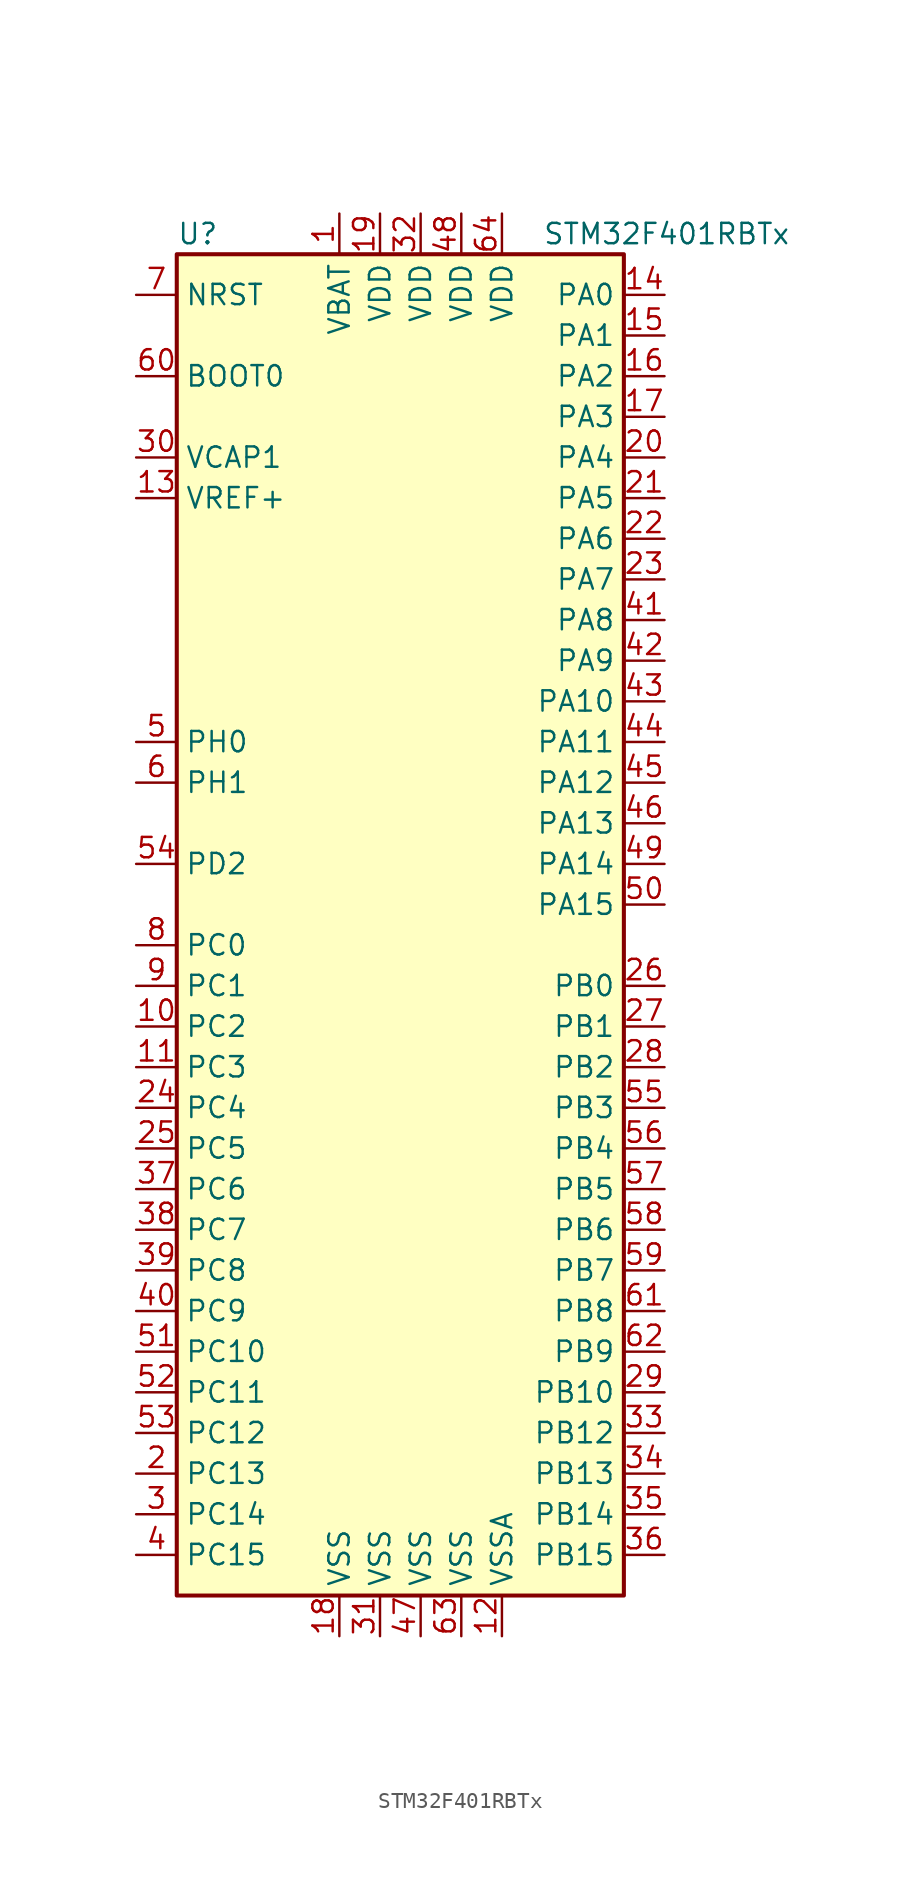
<source format=kicad_sym>
(kicad_symbol_lib
  (version 20201005)
  (generator kicad_symbol_editor)
  (symbol "STM32F401RBTx"
    (property "Reference" "U"
      (at -15.24 41.91 0)
      (effects (font (size 1.27 1.27)) (justify left)))
    (property "Value" "STM32F401RBTx"
      (at 7.62 41.91 0)
      (effects (font (size 1.27 1.27)) (justify left)))
    (symbol "STM32F401RBTx_0_1"
      (rectangle (start -15.24 -43.18) (end 12.7 40.64) (stroke (width 0.254)) (fill (type background))))
    (symbol "STM32F401RBTx_1_1"
      (pin power_in line (at -5.08 43.18 270) (length 2.54) (name "VBAT" (effects (font (size 1.27 1.27)))) (number "1" (effects (font (size 1.27 1.27)))))
      (pin bidirectional line (at -17.78 -7.62 0) (length 2.54) (name "PC2" (effects (font (size 1.27 1.27)))) (number "10" (effects (font (size 1.27 1.27)))))
      (pin bidirectional line (at -17.78 -10.16 0) (length 2.54) (name "PC3" (effects (font (size 1.27 1.27)))) (number "11" (effects (font (size 1.27 1.27)))))
      (pin power_in line (at 5.08 -45.72 90) (length 2.54) (name "VSSA" (effects (font (size 1.27 1.27)))) (number "12" (effects (font (size 1.27 1.27)))))
      (pin power_in line (at -17.78 25.4 0) (length 2.54) (name "VREF+" (effects (font (size 1.27 1.27)))) (number "13" (effects (font (size 1.27 1.27)))))
      (pin bidirectional line (at 15.24 38.1 180) (length 2.54) (name "PA0" (effects (font (size 1.27 1.27)))) (number "14" (effects (font (size 1.27 1.27)))))
      (pin bidirectional line (at 15.24 35.56 180) (length 2.54) (name "PA1" (effects (font (size 1.27 1.27)))) (number "15" (effects (font (size 1.27 1.27)))))
      (pin bidirectional line (at 15.24 33.02 180) (length 2.54) (name "PA2" (effects (font (size 1.27 1.27)))) (number "16" (effects (font (size 1.27 1.27)))))
      (pin bidirectional line (at 15.24 30.48 180) (length 2.54) (name "PA3" (effects (font (size 1.27 1.27)))) (number "17" (effects (font (size 1.27 1.27)))))
      (pin power_in line (at -5.08 -45.72 90) (length 2.54) (name "VSS" (effects (font (size 1.27 1.27)))) (number "18" (effects (font (size 1.27 1.27)))))
      (pin power_in line (at -2.54 43.18 270) (length 2.54) (name "VDD" (effects (font (size 1.27 1.27)))) (number "19" (effects (font (size 1.27 1.27)))))
      (pin bidirectional line (at -17.78 -35.56 0) (length 2.54) (name "PC13" (effects (font (size 1.27 1.27)))) (number "2" (effects (font (size 1.27 1.27)))))
      (pin bidirectional line (at 15.24 27.94 180) (length 2.54) (name "PA4" (effects (font (size 1.27 1.27)))) (number "20" (effects (font (size 1.27 1.27)))))
      (pin bidirectional line (at 15.24 25.4 180) (length 2.54) (name "PA5" (effects (font (size 1.27 1.27)))) (number "21" (effects (font (size 1.27 1.27)))))
      (pin bidirectional line (at 15.24 22.86 180) (length 2.54) (name "PA6" (effects (font (size 1.27 1.27)))) (number "22" (effects (font (size 1.27 1.27)))))
      (pin bidirectional line (at 15.24 20.32 180) (length 2.54) (name "PA7" (effects (font (size 1.27 1.27)))) (number "23" (effects (font (size 1.27 1.27)))))
      (pin bidirectional line (at -17.78 -12.7 0) (length 2.54) (name "PC4" (effects (font (size 1.27 1.27)))) (number "24" (effects (font (size 1.27 1.27)))))
      (pin bidirectional line (at -17.78 -15.24 0) (length 2.54) (name "PC5" (effects (font (size 1.27 1.27)))) (number "25" (effects (font (size 1.27 1.27)))))
      (pin bidirectional line (at 15.24 -5.08 180) (length 2.54) (name "PB0" (effects (font (size 1.27 1.27)))) (number "26" (effects (font (size 1.27 1.27)))))
      (pin bidirectional line (at 15.24 -7.62 180) (length 2.54) (name "PB1" (effects (font (size 1.27 1.27)))) (number "27" (effects (font (size 1.27 1.27)))))
      (pin bidirectional line (at 15.24 -10.16 180) (length 2.54) (name "PB2" (effects (font (size 1.27 1.27)))) (number "28" (effects (font (size 1.27 1.27)))))
      (pin bidirectional line (at 15.24 -30.48 180) (length 2.54) (name "PB10" (effects (font (size 1.27 1.27)))) (number "29" (effects (font (size 1.27 1.27)))))
      (pin bidirectional line (at -17.78 -38.1 0) (length 2.54) (name "PC14" (effects (font (size 1.27 1.27)))) (number "3" (effects (font (size 1.27 1.27)))))
      (pin power_in line (at -17.78 27.94 0) (length 2.54) (name "VCAP1" (effects (font (size 1.27 1.27)))) (number "30" (effects (font (size 1.27 1.27)))))
      (pin power_in line (at -2.54 -45.72 90) (length 2.54) (name "VSS" (effects (font (size 1.27 1.27)))) (number "31" (effects (font (size 1.27 1.27)))))
      (pin power_in line (at 0 43.18 270) (length 2.54) (name "VDD" (effects (font (size 1.27 1.27)))) (number "32" (effects (font (size 1.27 1.27)))))
      (pin bidirectional line (at 15.24 -33.02 180) (length 2.54) (name "PB12" (effects (font (size 1.27 1.27)))) (number "33" (effects (font (size 1.27 1.27)))))
      (pin bidirectional line (at 15.24 -35.56 180) (length 2.54) (name "PB13" (effects (font (size 1.27 1.27)))) (number "34" (effects (font (size 1.27 1.27)))))
      (pin bidirectional line (at 15.24 -38.1 180) (length 2.54) (name "PB14" (effects (font (size 1.27 1.27)))) (number "35" (effects (font (size 1.27 1.27)))))
      (pin bidirectional line (at 15.24 -40.64 180) (length 2.54) (name "PB15" (effects (font (size 1.27 1.27)))) (number "36" (effects (font (size 1.27 1.27)))))
      (pin bidirectional line (at -17.78 -17.78 0) (length 2.54) (name "PC6" (effects (font (size 1.27 1.27)))) (number "37" (effects (font (size 1.27 1.27)))))
      (pin bidirectional line (at -17.78 -20.32 0) (length 2.54) (name "PC7" (effects (font (size 1.27 1.27)))) (number "38" (effects (font (size 1.27 1.27)))))
      (pin bidirectional line (at -17.78 -22.86 0) (length 2.54) (name "PC8" (effects (font (size 1.27 1.27)))) (number "39" (effects (font (size 1.27 1.27)))))
      (pin bidirectional line (at -17.78 -40.64 0) (length 2.54) (name "PC15" (effects (font (size 1.27 1.27)))) (number "4" (effects (font (size 1.27 1.27)))))
      (pin bidirectional line (at -17.78 -25.4 0) (length 2.54) (name "PC9" (effects (font (size 1.27 1.27)))) (number "40" (effects (font (size 1.27 1.27)))))
      (pin bidirectional line (at 15.24 17.78 180) (length 2.54) (name "PA8" (effects (font (size 1.27 1.27)))) (number "41" (effects (font (size 1.27 1.27)))))
      (pin bidirectional line (at 15.24 15.24 180) (length 2.54) (name "PA9" (effects (font (size 1.27 1.27)))) (number "42" (effects (font (size 1.27 1.27)))))
      (pin bidirectional line (at 15.24 12.7 180) (length 2.54) (name "PA10" (effects (font (size 1.27 1.27)))) (number "43" (effects (font (size 1.27 1.27)))))
      (pin bidirectional line (at 15.24 10.16 180) (length 2.54) (name "PA11" (effects (font (size 1.27 1.27)))) (number "44" (effects (font (size 1.27 1.27)))))
      (pin bidirectional line (at 15.24 7.62 180) (length 2.54) (name "PA12" (effects (font (size 1.27 1.27)))) (number "45" (effects (font (size 1.27 1.27)))))
      (pin bidirectional line (at 15.24 5.08 180) (length 2.54) (name "PA13" (effects (font (size 1.27 1.27)))) (number "46" (effects (font (size 1.27 1.27)))))
      (pin power_in line (at 0 -45.72 90) (length 2.54) (name "VSS" (effects (font (size 1.27 1.27)))) (number "47" (effects (font (size 1.27 1.27)))))
      (pin power_in line (at 2.54 43.18 270) (length 2.54) (name "VDD" (effects (font (size 1.27 1.27)))) (number "48" (effects (font (size 1.27 1.27)))))
      (pin bidirectional line (at 15.24 2.54 180) (length 2.54) (name "PA14" (effects (font (size 1.27 1.27)))) (number "49" (effects (font (size 1.27 1.27)))))
      (pin input line (at -17.78 10.16 0) (length 2.54) (name "PH0" (effects (font (size 1.27 1.27)))) (number "5" (effects (font (size 1.27 1.27)))))
      (pin bidirectional line (at 15.24 0 180) (length 2.54) (name "PA15" (effects (font (size 1.27 1.27)))) (number "50" (effects (font (size 1.27 1.27)))))
      (pin bidirectional line (at -17.78 -27.94 0) (length 2.54) (name "PC10" (effects (font (size 1.27 1.27)))) (number "51" (effects (font (size 1.27 1.27)))))
      (pin bidirectional line (at -17.78 -30.48 0) (length 2.54) (name "PC11" (effects (font (size 1.27 1.27)))) (number "52" (effects (font (size 1.27 1.27)))))
      (pin bidirectional line (at -17.78 -33.02 0) (length 2.54) (name "PC12" (effects (font (size 1.27 1.27)))) (number "53" (effects (font (size 1.27 1.27)))))
      (pin bidirectional line (at -17.78 2.54 0) (length 2.54) (name "PD2" (effects (font (size 1.27 1.27)))) (number "54" (effects (font (size 1.27 1.27)))))
      (pin bidirectional line (at 15.24 -12.7 180) (length 2.54) (name "PB3" (effects (font (size 1.27 1.27)))) (number "55" (effects (font (size 1.27 1.27)))))
      (pin bidirectional line (at 15.24 -15.24 180) (length 2.54) (name "PB4" (effects (font (size 1.27 1.27)))) (number "56" (effects (font (size 1.27 1.27)))))
      (pin bidirectional line (at 15.24 -17.78 180) (length 2.54) (name "PB5" (effects (font (size 1.27 1.27)))) (number "57" (effects (font (size 1.27 1.27)))))
      (pin bidirectional line (at 15.24 -20.32 180) (length 2.54) (name "PB6" (effects (font (size 1.27 1.27)))) (number "58" (effects (font (size 1.27 1.27)))))
      (pin bidirectional line (at 15.24 -22.86 180) (length 2.54) (name "PB7" (effects (font (size 1.27 1.27)))) (number "59" (effects (font (size 1.27 1.27)))))
      (pin input line (at -17.78 7.62 0) (length 2.54) (name "PH1" (effects (font (size 1.27 1.27)))) (number "6" (effects (font (size 1.27 1.27)))))
      (pin input line (at -17.78 33.02 0) (length 2.54) (name "BOOT0" (effects (font (size 1.27 1.27)))) (number "60" (effects (font (size 1.27 1.27)))))
      (pin bidirectional line (at 15.24 -25.4 180) (length 2.54) (name "PB8" (effects (font (size 1.27 1.27)))) (number "61" (effects (font (size 1.27 1.27)))))
      (pin bidirectional line (at 15.24 -27.94 180) (length 2.54) (name "PB9" (effects (font (size 1.27 1.27)))) (number "62" (effects (font (size 1.27 1.27)))))
      (pin power_in line (at 2.54 -45.72 90) (length 2.54) (name "VSS" (effects (font (size 1.27 1.27)))) (number "63" (effects (font (size 1.27 1.27)))))
      (pin power_in line (at 5.08 43.18 270) (length 2.54) (name "VDD" (effects (font (size 1.27 1.27)))) (number "64" (effects (font (size 1.27 1.27)))))
      (pin input line (at -17.78 38.1 0) (length 2.54) (name "NRST" (effects (font (size 1.27 1.27)))) (number "7" (effects (font (size 1.27 1.27)))))
      (pin bidirectional line (at -17.78 -2.54 0) (length 2.54) (name "PC0" (effects (font (size 1.27 1.27)))) (number "8" (effects (font (size 1.27 1.27)))))
      (pin bidirectional line (at -17.78 -5.08 0) (length 2.54) (name "PC1" (effects (font (size 1.27 1.27)))) (number "9" (effects (font (size 1.27 1.27))))))))
</source>
